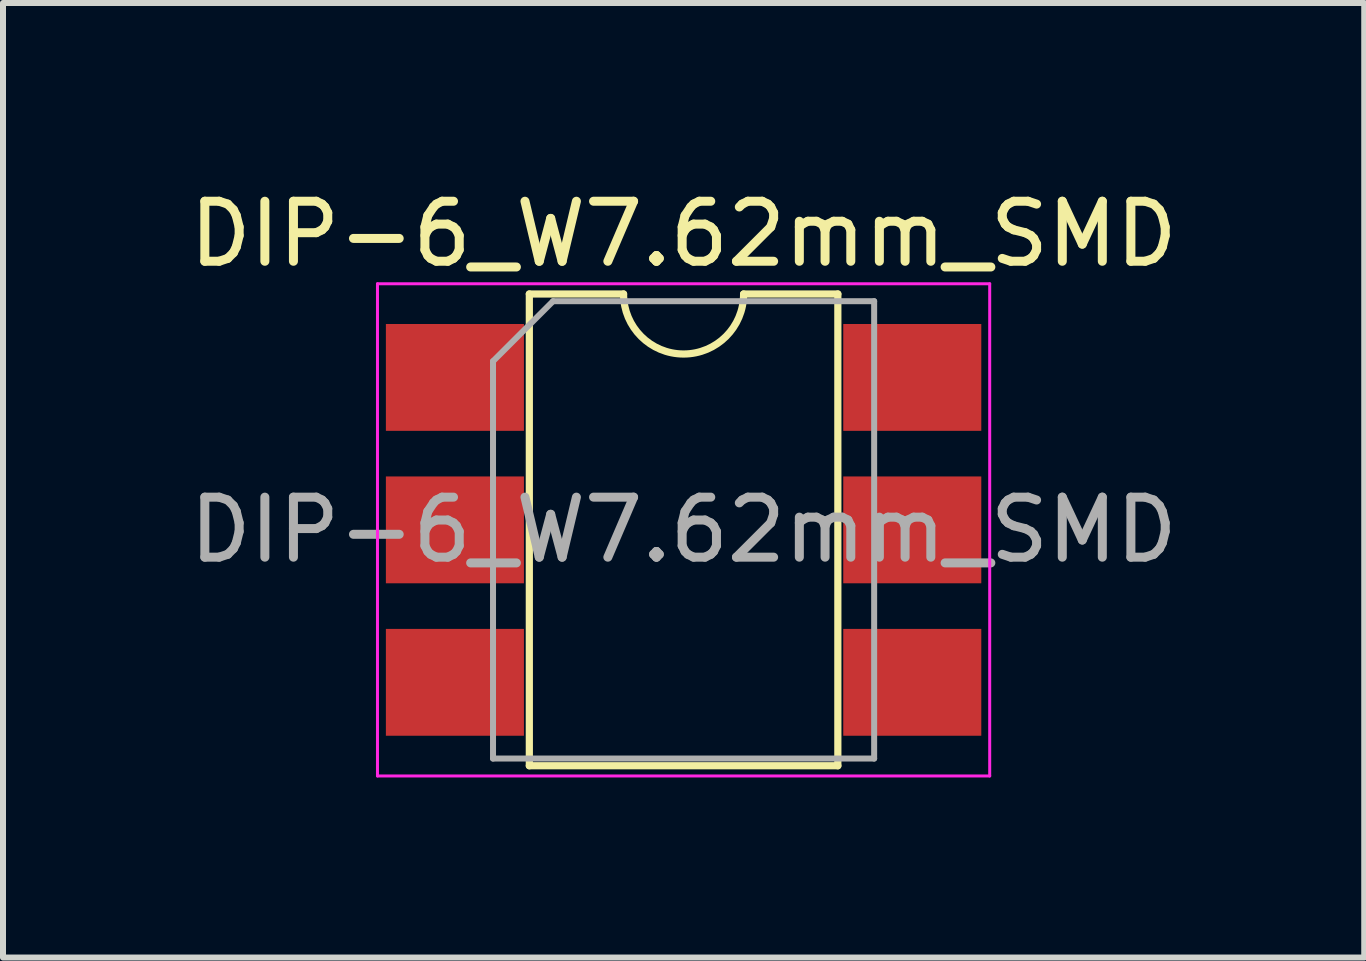
<source format=kicad_pcb>
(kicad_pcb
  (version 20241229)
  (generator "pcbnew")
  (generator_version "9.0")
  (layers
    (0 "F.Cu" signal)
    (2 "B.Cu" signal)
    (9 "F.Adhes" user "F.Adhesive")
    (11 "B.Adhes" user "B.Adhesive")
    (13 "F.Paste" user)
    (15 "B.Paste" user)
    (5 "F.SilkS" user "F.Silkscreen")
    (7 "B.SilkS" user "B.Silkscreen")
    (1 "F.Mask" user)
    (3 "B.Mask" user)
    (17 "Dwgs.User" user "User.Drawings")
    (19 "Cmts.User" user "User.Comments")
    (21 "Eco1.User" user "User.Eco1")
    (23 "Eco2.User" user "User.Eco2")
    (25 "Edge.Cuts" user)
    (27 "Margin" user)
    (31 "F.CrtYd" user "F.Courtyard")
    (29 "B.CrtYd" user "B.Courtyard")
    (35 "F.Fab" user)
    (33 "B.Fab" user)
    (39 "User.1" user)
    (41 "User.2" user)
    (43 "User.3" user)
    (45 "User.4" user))
  (footprint "DIP-6_W7.62mm_SMD"
    (layer "F.Cu")
    (at 8.339 5.778)
    (property "Reference" "DIP-6_W7.62mm_SMD" (at 0 -4.93 0) (layer "F.SilkS") (effects (font (size 1 1) (thickness 0.15))))
    (attr smd)
    (fp_line (start -2.57 -3.93) (end -2.57 3.93) (stroke (width 0.12) (type solid)) (layer "F.SilkS"))
    (fp_line (start -2.57 3.93) (end 2.57 3.93) (stroke (width 0.12) (type solid)) (layer "F.SilkS"))
    (fp_line (start -1 -3.93) (end -2.57 -3.93) (stroke (width 0.12) (type solid)) (layer "F.SilkS"))
    (fp_line (start 2.57 -3.93) (end 1 -3.93) (stroke (width 0.12) (type solid)) (layer "F.SilkS"))
    (fp_line (start 2.57 3.93) (end 2.57 -3.93) (stroke (width 0.12) (type solid)) (layer "F.SilkS"))
    (fp_arc (start 1 -3.93) (mid 0 -2.93) (end -1 -3.93) (stroke (width 0.12) (type solid)) (layer "F.SilkS"))
    (fp_line (start -5.1 -4.1) (end -5.1 4.1) (stroke (width 0.05) (type solid)) (layer "F.CrtYd"))
    (fp_line (start -5.1 4.1) (end 5.1 4.1) (stroke (width 0.05) (type solid)) (layer "F.CrtYd"))
    (fp_line (start 5.1 -4.1) (end -5.1 -4.1) (stroke (width 0.05) (type solid)) (layer "F.CrtYd"))
    (fp_line (start 5.1 4.1) (end 5.1 -4.1) (stroke (width 0.05) (type solid)) (layer "F.CrtYd"))
    (fp_line (start -3.175 -2.81) (end -2.175 -3.81) (stroke (width 0.1) (type solid)) (layer "F.Fab"))
    (fp_line (start -3.175 3.81) (end -3.175 -2.81) (stroke (width 0.1) (type solid)) (layer "F.Fab"))
    (fp_line (start -2.175 -3.81) (end 3.175 -3.81) (stroke (width 0.1) (type solid)) (layer "F.Fab"))
    (fp_line (start 3.175 -3.81) (end 3.175 3.81) (stroke (width 0.1) (type solid)) (layer "F.Fab"))
    (fp_line (start 3.175 3.81) (end -3.175 3.81) (stroke (width 0.1) (type solid)) (layer "F.Fab"))
    (fp_text user "${REFERENCE}" (at 0 0 0) (layer "F.Fab") (effects (font (size 1 1) (thickness 0.15))))
    (pad "1" smd rect (at -3.81 -2.54) (size 2.3 1.78) (layers "F.Cu" "F.Mask" "F.Paste"))
    (pad "2" smd rect (at -3.81 0) (size 2.3 1.78) (layers "F.Cu" "F.Mask" "F.Paste"))
    (pad "3" smd rect (at -3.81 2.54) (size 2.3 1.78) (layers "F.Cu" "F.Mask" "F.Paste"))
    (pad "4" smd rect (at 3.81 2.54) (size 2.3 1.78) (layers "F.Cu" "F.Mask" "F.Paste"))
    (pad "5" smd rect (at 3.81 0) (size 2.3 1.78) (layers "F.Cu" "F.Mask" "F.Paste"))
    (pad "6" smd rect (at 3.81 -2.54) (size 2.3 1.78) (layers "F.Cu" "F.Mask" "F.Paste")))
  (gr_rect
    (start -3 -3)
    (end 19.679 12.903)
    (stroke (width 0.1) (type default))
    (fill no)
    (layer "Edge.Cuts")))
</source>
